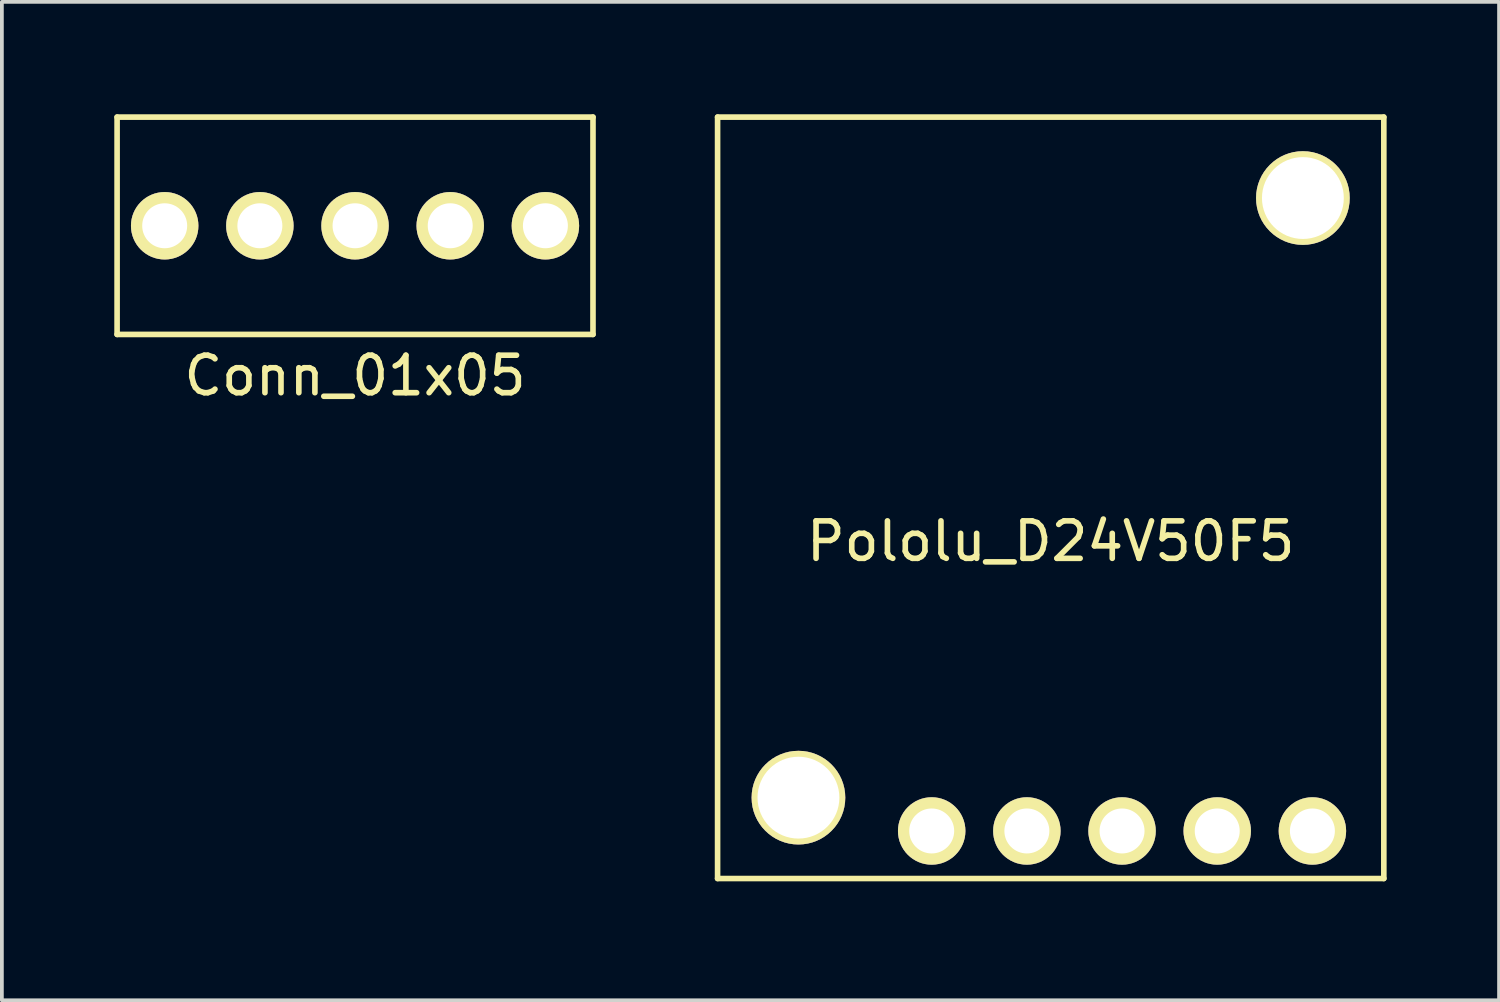
<source format=kicad_pcb>
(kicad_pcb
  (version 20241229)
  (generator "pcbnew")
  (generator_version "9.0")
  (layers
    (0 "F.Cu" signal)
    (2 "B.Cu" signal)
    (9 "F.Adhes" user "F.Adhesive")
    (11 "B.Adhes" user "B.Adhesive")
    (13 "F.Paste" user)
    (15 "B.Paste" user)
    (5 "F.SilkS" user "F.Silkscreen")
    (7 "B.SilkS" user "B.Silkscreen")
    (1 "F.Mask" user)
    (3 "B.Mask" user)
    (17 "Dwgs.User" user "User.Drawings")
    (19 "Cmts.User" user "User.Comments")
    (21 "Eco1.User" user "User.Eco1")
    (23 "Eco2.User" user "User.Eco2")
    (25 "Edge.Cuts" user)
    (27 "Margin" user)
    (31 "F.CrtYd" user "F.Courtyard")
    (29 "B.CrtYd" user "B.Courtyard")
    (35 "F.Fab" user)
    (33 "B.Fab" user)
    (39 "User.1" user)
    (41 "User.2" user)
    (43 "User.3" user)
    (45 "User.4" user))
  (footprint "Conn_01x05"
    (layer "F.Cu")
    (at 6.425 2.975)
    (property "Reference" "Conn_01x05" (at 0 4 0) (layer "F.SilkS") (effects (font (size 1 1) (thickness 0.15))))
    (attr through_hole)
    (fp_line (start -6.35 -2.9) (end -6.35 2.9) (stroke (width 0.15) (type solid)) (layer "F.SilkS"))
    (fp_line (start -6.35 -2.9) (end 6.35 -2.9) (stroke (width 0.15) (type solid)) (layer "F.SilkS"))
    (fp_line (start -6.35 2.9) (end 6.35 2.9) (stroke (width 0.15) (type solid)) (layer "F.SilkS"))
    (fp_line (start 6.35 -2.9) (end 6.35 2.9) (stroke (width 0.15) (type solid)) (layer "F.SilkS"))
    (pad "1" thru_hole circle (at -5.08 0) (size 1.8 1.8) (drill 1.2) (layers "*.Cu" "*.Mask" "F.SilkS"))
    (pad "2" thru_hole circle (at -2.54 0) (size 1.8 1.8) (drill 1.2) (layers "*.Cu" "*.Mask" "F.SilkS"))
    (pad "3" thru_hole circle (at 0 0) (size 1.8 1.8) (drill 1.2) (layers "*.Cu" "*.Mask" "F.SilkS"))
    (pad "4" thru_hole circle (at 2.54 0) (size 1.8 1.8) (drill 1.2) (layers "*.Cu" "*.Mask" "F.SilkS"))
    (pad "5" thru_hole circle (at 5.08 0) (size 1.8 1.8) (drill 1.2) (layers "*.Cu" "*.Mask" "F.SilkS")))
  (footprint "Pololu_D24V50F5"
    (layer "F.Cu")
    (at 16.1 20.395)
    (property "Reference" "Pololu_D24V50F5" (at 8.89 -9 0) (layer "F.SilkS") (effects (font (size 1 1) (thickness 0.15))))
    (attr through_hole)
    (fp_line (start 0 -20.32) (end 0 0) (stroke (width 0.15) (type solid)) (layer "F.SilkS"))
    (fp_line (start 0 0) (end 17.78 0) (stroke (width 0.15) (type solid)) (layer "F.SilkS"))
    (fp_line (start 17.78 -20.32) (end 0 -20.32) (stroke (width 0.15) (type solid)) (layer "F.SilkS"))
    (fp_line (start 17.78 0) (end 17.78 -20.32) (stroke (width 0.15) (type solid)) (layer "F.SilkS"))
    (pad "" thru_hole circle (at 2.158 -2.158) (size 2.5 2.5) (drill 2.184) (layers "*.Cu" "*.Mask" "F.SilkS"))
    (pad "" thru_hole circle (at 15.62 -18.16) (size 2.5 2.5) (drill 2.184) (layers "*.Cu" "*.Mask" "F.SilkS"))
    (pad "1" thru_hole circle (at 5.714 -1.269) (size 1.8 1.8) (drill 1.2) (layers "*.Cu" "*.Mask" "F.SilkS"))
    (pad "2" thru_hole circle (at 8.254 -1.269) (size 1.8 1.8) (drill 1.2) (layers "*.Cu" "*.Mask" "F.SilkS"))
    (pad "3" thru_hole circle (at 10.794 -1.269) (size 1.8 1.8) (drill 1.2) (layers "*.Cu" "*.Mask" "F.SilkS"))
    (pad "4" thru_hole circle (at 13.334 -1.269) (size 1.8 1.8) (drill 1.2) (layers "*.Cu" "*.Mask" "F.SilkS"))
    (pad "5" thru_hole circle (at 15.874 -1.269) (size 1.8 1.8) (drill 1.2) (layers "*.Cu" "*.Mask" "F.SilkS")))
  (gr_rect
    (start -3 -3)
    (end 36.955 23.645)
    (stroke (width 0.1) (type default))
    (fill no)
    (layer "Edge.Cuts")))
</source>
